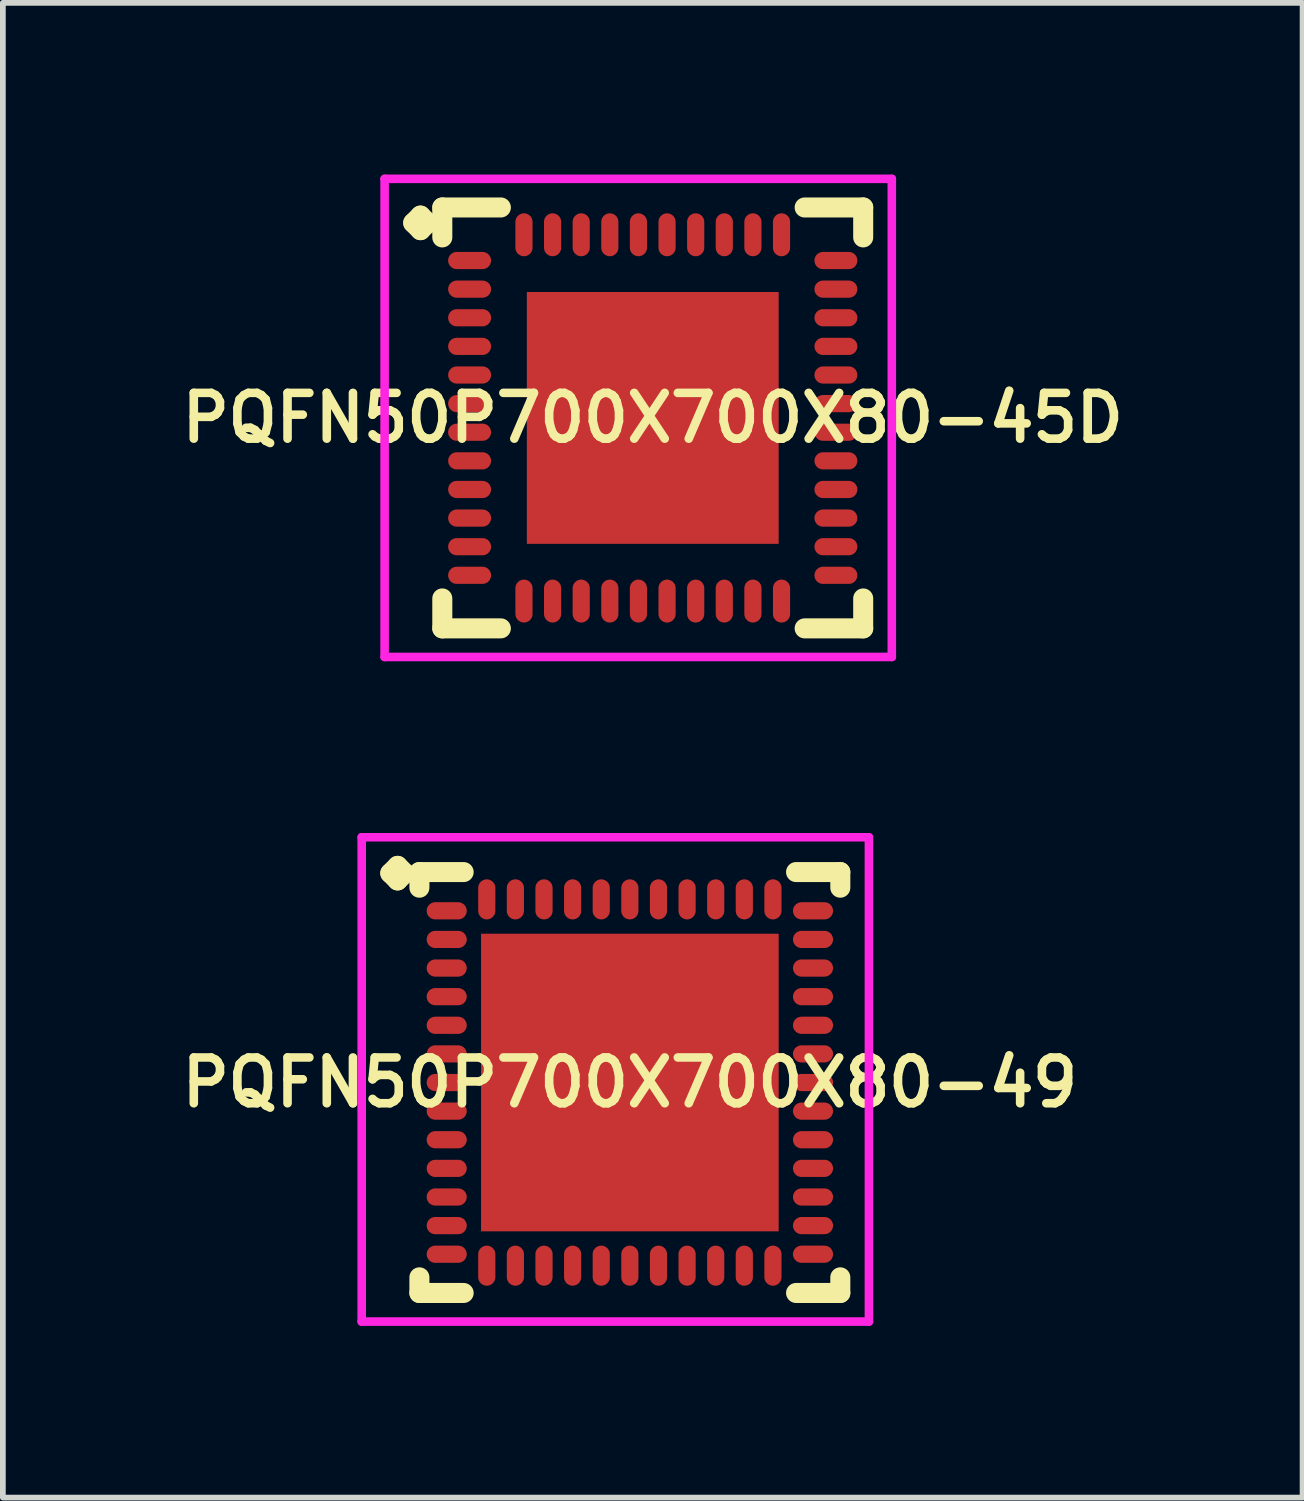
<source format=kicad_pcb>
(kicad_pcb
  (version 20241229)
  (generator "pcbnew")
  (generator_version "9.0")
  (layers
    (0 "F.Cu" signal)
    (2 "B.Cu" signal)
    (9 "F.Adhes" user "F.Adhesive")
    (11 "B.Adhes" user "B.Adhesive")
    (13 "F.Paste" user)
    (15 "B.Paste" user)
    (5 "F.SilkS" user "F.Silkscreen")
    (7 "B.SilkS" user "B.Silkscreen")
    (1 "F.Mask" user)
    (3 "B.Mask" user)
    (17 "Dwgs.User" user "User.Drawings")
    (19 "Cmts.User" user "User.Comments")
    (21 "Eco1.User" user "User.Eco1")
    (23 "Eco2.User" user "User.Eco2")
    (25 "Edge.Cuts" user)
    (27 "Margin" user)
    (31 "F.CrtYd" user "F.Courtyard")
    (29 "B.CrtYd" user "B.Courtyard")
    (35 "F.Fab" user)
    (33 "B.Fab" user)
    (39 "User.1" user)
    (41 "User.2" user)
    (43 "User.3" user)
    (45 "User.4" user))
  (footprint "PQFN50P700X700X80-45D"
    (layer "F.Cu")
    (at 8.355 4.252)
    (property "Reference" "PQFN50P700X700X80-45D" (at 0 0 0) (layer "F.SilkS") (effects (font (size 0.8 0.8) (thickness 0.15))))
    (attr smd)
    (fp_line (start -4.185 -3.408) (end -4.058 -3.535) (stroke (width 0.35) (type solid)) (layer "F.SilkS"))
    (fp_line (start -4.058 -3.535) (end -3.931 -3.408) (stroke (width 0.35) (type solid)) (layer "F.SilkS"))
    (fp_line (start -4.058 -3.281) (end -4.185 -3.408) (stroke (width 0.35) (type solid)) (layer "F.SilkS"))
    (fp_line (start -3.931 -3.408) (end -4.058 -3.281) (stroke (width 0.35) (type solid)) (layer "F.SilkS"))
    (fp_line (start -3.677 -3.677) (end -2.654 -3.677) (stroke (width 0.35) (type solid)) (layer "F.SilkS"))
    (fp_line (start -3.677 -3.154) (end -3.677 -3.677) (stroke (width 0.35) (type solid)) (layer "F.SilkS"))
    (fp_line (start -3.677 3.154) (end -3.677 3.677) (stroke (width 0.35) (type solid)) (layer "F.SilkS"))
    (fp_line (start -3.677 3.677) (end -2.654 3.677) (stroke (width 0.35) (type solid)) (layer "F.SilkS"))
    (fp_line (start 2.654 -3.677) (end 3.677 -3.677) (stroke (width 0.35) (type solid)) (layer "F.SilkS"))
    (fp_line (start 2.654 3.677) (end 3.677 3.677) (stroke (width 0.35) (type solid)) (layer "F.SilkS"))
    (fp_line (start 3.677 -3.677) (end 3.677 -3.154) (stroke (width 0.35) (type solid)) (layer "F.SilkS"))
    (fp_line (start 3.677 3.677) (end 3.677 3.154) (stroke (width 0.35) (type solid)) (layer "F.SilkS"))
    (fp_line (start -4.685 -4.177) (end 4.177 -4.177) (stroke (width 0.15) (type solid)) (layer "F.CrtYd"))
    (fp_line (start -4.685 4.177) (end -4.685 -4.177) (stroke (width 0.15) (type solid)) (layer "F.CrtYd"))
    (fp_line (start 4.177 -4.177) (end 4.177 4.177) (stroke (width 0.15) (type solid)) (layer "F.CrtYd"))
    (fp_line (start 4.177 4.177) (end -4.685 4.177) (stroke (width 0.15) (type solid)) (layer "F.CrtYd"))
    (pad "1" smd oval (at -3.2 -2.75) (size 0.75 0.3) (layers "F.Cu" "F.Mask" "F.Paste"))
    (pad "2" smd oval (at -3.2 -2.25) (size 0.75 0.3) (layers "F.Cu" "F.Mask" "F.Paste"))
    (pad "3" smd oval (at -3.2 -1.75) (size 0.75 0.3) (layers "F.Cu" "F.Mask" "F.Paste"))
    (pad "4" smd oval (at -3.2 -1.25) (size 0.75 0.3) (layers "F.Cu" "F.Mask" "F.Paste"))
    (pad "5" smd oval (at -3.2 -0.75) (size 0.75 0.3) (layers "F.Cu" "F.Mask" "F.Paste"))
    (pad "6" smd oval (at -3.2 -0.25) (size 0.75 0.3) (layers "F.Cu" "F.Mask" "F.Paste"))
    (pad "7" smd oval (at -3.2 0.25) (size 0.75 0.3) (layers "F.Cu" "F.Mask" "F.Paste"))
    (pad "8" smd oval (at -3.2 0.75) (size 0.75 0.3) (layers "F.Cu" "F.Mask" "F.Paste"))
    (pad "9" smd oval (at -3.2 1.25) (size 0.75 0.3) (layers "F.Cu" "F.Mask" "F.Paste"))
    (pad "10" smd oval (at -3.2 1.75) (size 0.75 0.3) (layers "F.Cu" "F.Mask" "F.Paste"))
    (pad "11" smd oval (at -3.2 2.25) (size 0.75 0.3) (layers "F.Cu" "F.Mask" "F.Paste"))
    (pad "12" smd oval (at -3.2 2.75) (size 0.75 0.3) (layers "F.Cu" "F.Mask" "F.Paste"))
    (pad "13" smd oval (at -2.25 3.2) (size 0.3 0.75) (layers "F.Cu" "F.Mask" "F.Paste"))
    (pad "14" smd oval (at -1.75 3.2) (size 0.3 0.75) (layers "F.Cu" "F.Mask" "F.Paste"))
    (pad "15" smd oval (at -1.25 3.2) (size 0.3 0.75) (layers "F.Cu" "F.Mask" "F.Paste"))
    (pad "16" smd oval (at -0.75 3.2) (size 0.3 0.75) (layers "F.Cu" "F.Mask" "F.Paste"))
    (pad "17" smd oval (at -0.25 3.2) (size 0.3 0.75) (layers "F.Cu" "F.Mask" "F.Paste"))
    (pad "18" smd oval (at 0.25 3.2) (size 0.3 0.75) (layers "F.Cu" "F.Mask" "F.Paste"))
    (pad "19" smd oval (at 0.75 3.2) (size 0.3 0.75) (layers "F.Cu" "F.Mask" "F.Paste"))
    (pad "20" smd oval (at 1.25 3.2) (size 0.3 0.75) (layers "F.Cu" "F.Mask" "F.Paste"))
    (pad "21" smd oval (at 1.75 3.2) (size 0.3 0.75) (layers "F.Cu" "F.Mask" "F.Paste"))
    (pad "22" smd oval (at 2.25 3.2) (size 0.3 0.75) (layers "F.Cu" "F.Mask" "F.Paste"))
    (pad "23" smd oval (at 3.2 2.75) (size 0.75 0.3) (layers "F.Cu" "F.Mask" "F.Paste"))
    (pad "24" smd oval (at 3.2 2.25) (size 0.75 0.3) (layers "F.Cu" "F.Mask" "F.Paste"))
    (pad "25" smd oval (at 3.2 1.75) (size 0.75 0.3) (layers "F.Cu" "F.Mask" "F.Paste"))
    (pad "26" smd oval (at 3.2 1.25) (size 0.75 0.3) (layers "F.Cu" "F.Mask" "F.Paste"))
    (pad "27" smd oval (at 3.2 0.75) (size 0.75 0.3) (layers "F.Cu" "F.Mask" "F.Paste"))
    (pad "28" smd oval (at 3.2 0.25) (size 0.75 0.3) (layers "F.Cu" "F.Mask" "F.Paste"))
    (pad "29" smd oval (at 3.2 -0.25) (size 0.75 0.3) (layers "F.Cu" "F.Mask" "F.Paste"))
    (pad "30" smd oval (at 3.2 -0.75) (size 0.75 0.3) (layers "F.Cu" "F.Mask" "F.Paste"))
    (pad "31" smd oval (at 3.2 -1.25) (size 0.75 0.3) (layers "F.Cu" "F.Mask" "F.Paste"))
    (pad "32" smd oval (at 3.2 -1.75) (size 0.75 0.3) (layers "F.Cu" "F.Mask" "F.Paste"))
    (pad "33" smd oval (at 3.2 -2.25) (size 0.75 0.3) (layers "F.Cu" "F.Mask" "F.Paste"))
    (pad "34" smd oval (at 3.2 -2.75) (size 0.75 0.3) (layers "F.Cu" "F.Mask" "F.Paste"))
    (pad "35" smd oval (at 2.25 -3.2) (size 0.3 0.75) (layers "F.Cu" "F.Mask" "F.Paste"))
    (pad "36" smd oval (at 1.75 -3.2) (size 0.3 0.75) (layers "F.Cu" "F.Mask" "F.Paste"))
    (pad "37" smd oval (at 1.25 -3.2) (size 0.3 0.75) (layers "F.Cu" "F.Mask" "F.Paste"))
    (pad "38" smd oval (at 0.75 -3.2) (size 0.3 0.75) (layers "F.Cu" "F.Mask" "F.Paste"))
    (pad "39" smd oval (at 0.25 -3.2) (size 0.3 0.75) (layers "F.Cu" "F.Mask" "F.Paste"))
    (pad "40" smd oval (at -0.25 -3.2) (size 0.3 0.75) (layers "F.Cu" "F.Mask" "F.Paste"))
    (pad "41" smd oval (at -0.75 -3.2) (size 0.3 0.75) (layers "F.Cu" "F.Mask" "F.Paste"))
    (pad "42" smd oval (at -1.25 -3.2) (size 0.3 0.75) (layers "F.Cu" "F.Mask" "F.Paste"))
    (pad "43" smd oval (at -1.75 -3.2) (size 0.3 0.75) (layers "F.Cu" "F.Mask" "F.Paste"))
    (pad "44" smd oval (at -2.25 -3.2) (size 0.3 0.75) (layers "F.Cu" "F.Mask" "F.Paste"))
    (pad "45" smd rect (at 0 0) (size 4.4 4.4) (layers "F.Cu" "F.Mask" "F.Paste")))
  (footprint "PQFN50P700X700X80-49"
    (layer "F.Cu")
    (at 7.955 15.864)
    (property "Reference" "PQFN50P700X700X80-49" (at 0 0 0) (layer "F.SilkS") (effects (font (size 0.8 0.8) (thickness 0.15))))
    (attr smd)
    (fp_line (start -4.185 -3.658) (end -4.058 -3.785) (stroke (width 0.35) (type solid)) (layer "F.SilkS"))
    (fp_line (start -4.058 -3.785) (end -3.931 -3.658) (stroke (width 0.35) (type solid)) (layer "F.SilkS"))
    (fp_line (start -4.058 -3.531) (end -4.185 -3.658) (stroke (width 0.35) (type solid)) (layer "F.SilkS"))
    (fp_line (start -3.931 -3.658) (end -4.058 -3.531) (stroke (width 0.35) (type solid)) (layer "F.SilkS"))
    (fp_line (start -3.677 -3.677) (end -2.904 -3.677) (stroke (width 0.35) (type solid)) (layer "F.SilkS"))
    (fp_line (start -3.677 -3.404) (end -3.677 -3.677) (stroke (width 0.35) (type solid)) (layer "F.SilkS"))
    (fp_line (start -3.677 3.404) (end -3.677 3.677) (stroke (width 0.35) (type solid)) (layer "F.SilkS"))
    (fp_line (start -3.677 3.677) (end -2.904 3.677) (stroke (width 0.35) (type solid)) (layer "F.SilkS"))
    (fp_line (start 2.904 -3.677) (end 3.677 -3.677) (stroke (width 0.35) (type solid)) (layer "F.SilkS"))
    (fp_line (start 2.904 3.677) (end 3.677 3.677) (stroke (width 0.35) (type solid)) (layer "F.SilkS"))
    (fp_line (start 3.677 -3.677) (end 3.677 -3.404) (stroke (width 0.35) (type solid)) (layer "F.SilkS"))
    (fp_line (start 3.677 3.677) (end 3.677 3.404) (stroke (width 0.35) (type solid)) (layer "F.SilkS"))
    (fp_line (start -4.685 -4.285) (end 4.177 -4.285) (stroke (width 0.15) (type solid)) (layer "F.CrtYd"))
    (fp_line (start -4.685 4.177) (end -4.685 -4.285) (stroke (width 0.15) (type solid)) (layer "F.CrtYd"))
    (fp_line (start 4.177 -4.285) (end 4.177 4.177) (stroke (width 0.15) (type solid)) (layer "F.CrtYd"))
    (fp_line (start 4.177 4.177) (end -4.685 4.177) (stroke (width 0.15) (type solid)) (layer "F.CrtYd"))
    (pad "1" smd oval (at -3.2 -3) (size 0.7 0.3) (layers "F.Cu" "F.Mask" "F.Paste"))
    (pad "2" smd oval (at -3.2 -2.5) (size 0.7 0.3) (layers "F.Cu" "F.Mask" "F.Paste"))
    (pad "3" smd oval (at -3.2 -2) (size 0.7 0.3) (layers "F.Cu" "F.Mask" "F.Paste"))
    (pad "4" smd oval (at -3.2 -1.5) (size 0.7 0.3) (layers "F.Cu" "F.Mask" "F.Paste"))
    (pad "5" smd oval (at -3.2 -1) (size 0.7 0.3) (layers "F.Cu" "F.Mask" "F.Paste"))
    (pad "6" smd oval (at -3.2 -0.5) (size 0.7 0.3) (layers "F.Cu" "F.Mask" "F.Paste"))
    (pad "7" smd oval (at -3.2 0) (size 0.7 0.3) (layers "F.Cu" "F.Mask" "F.Paste"))
    (pad "8" smd oval (at -3.2 0.5) (size 0.7 0.3) (layers "F.Cu" "F.Mask" "F.Paste"))
    (pad "9" smd oval (at -3.2 1) (size 0.7 0.3) (layers "F.Cu" "F.Mask" "F.Paste"))
    (pad "10" smd oval (at -3.2 1.5) (size 0.7 0.3) (layers "F.Cu" "F.Mask" "F.Paste"))
    (pad "11" smd oval (at -3.2 2) (size 0.7 0.3) (layers "F.Cu" "F.Mask" "F.Paste"))
    (pad "12" smd oval (at -3.2 2.5) (size 0.7 0.3) (layers "F.Cu" "F.Mask" "F.Paste"))
    (pad "13" smd oval (at -3.2 3) (size 0.7 0.3) (layers "F.Cu" "F.Mask" "F.Paste"))
    (pad "14" smd oval (at -2.5 3.2) (size 0.3 0.7) (layers "F.Cu" "F.Mask" "F.Paste"))
    (pad "15" smd oval (at -2 3.2) (size 0.3 0.7) (layers "F.Cu" "F.Mask" "F.Paste"))
    (pad "16" smd oval (at -1.5 3.2) (size 0.3 0.7) (layers "F.Cu" "F.Mask" "F.Paste"))
    (pad "17" smd oval (at -1 3.2) (size 0.3 0.7) (layers "F.Cu" "F.Mask" "F.Paste"))
    (pad "18" smd oval (at -0.5 3.2) (size 0.3 0.7) (layers "F.Cu" "F.Mask" "F.Paste"))
    (pad "19" smd oval (at 0 3.2) (size 0.3 0.7) (layers "F.Cu" "F.Mask" "F.Paste"))
    (pad "20" smd oval (at 0.5 3.2) (size 0.3 0.7) (layers "F.Cu" "F.Mask" "F.Paste"))
    (pad "21" smd oval (at 1 3.2) (size 0.3 0.7) (layers "F.Cu" "F.Mask" "F.Paste"))
    (pad "22" smd oval (at 1.5 3.2) (size 0.3 0.7) (layers "F.Cu" "F.Mask" "F.Paste"))
    (pad "23" smd oval (at 2 3.2) (size 0.3 0.7) (layers "F.Cu" "F.Mask" "F.Paste"))
    (pad "24" smd oval (at 2.5 3.2) (size 0.3 0.7) (layers "F.Cu" "F.Mask" "F.Paste"))
    (pad "25" smd oval (at 3.2 3) (size 0.7 0.3) (layers "F.Cu" "F.Mask" "F.Paste"))
    (pad "26" smd oval (at 3.2 2.5) (size 0.7 0.3) (layers "F.Cu" "F.Mask" "F.Paste"))
    (pad "27" smd oval (at 3.2 2) (size 0.7 0.3) (layers "F.Cu" "F.Mask" "F.Paste"))
    (pad "28" smd oval (at 3.2 1.5) (size 0.7 0.3) (layers "F.Cu" "F.Mask" "F.Paste"))
    (pad "29" smd oval (at 3.2 1) (size 0.7 0.3) (layers "F.Cu" "F.Mask" "F.Paste"))
    (pad "30" smd oval (at 3.2 0.5) (size 0.7 0.3) (layers "F.Cu" "F.Mask" "F.Paste"))
    (pad "31" smd oval (at 3.2 0) (size 0.7 0.3) (layers "F.Cu" "F.Mask" "F.Paste"))
    (pad "32" smd oval (at 3.2 -0.5) (size 0.7 0.3) (layers "F.Cu" "F.Mask" "F.Paste"))
    (pad "33" smd oval (at 3.2 -1) (size 0.7 0.3) (layers "F.Cu" "F.Mask" "F.Paste"))
    (pad "34" smd oval (at 3.2 -1.5) (size 0.7 0.3) (layers "F.Cu" "F.Mask" "F.Paste"))
    (pad "35" smd oval (at 3.2 -2) (size 0.7 0.3) (layers "F.Cu" "F.Mask" "F.Paste"))
    (pad "36" smd oval (at 3.2 -2.5) (size 0.7 0.3) (layers "F.Cu" "F.Mask" "F.Paste"))
    (pad "37" smd oval (at 3.2 -3) (size 0.7 0.3) (layers "F.Cu" "F.Mask" "F.Paste"))
    (pad "38" smd oval (at 2.5 -3.2) (size 0.3 0.7) (layers "F.Cu" "F.Mask" "F.Paste"))
    (pad "39" smd oval (at 2 -3.2) (size 0.3 0.7) (layers "F.Cu" "F.Mask" "F.Paste"))
    (pad "40" smd oval (at 1.5 -3.2) (size 0.3 0.7) (layers "F.Cu" "F.Mask" "F.Paste"))
    (pad "41" smd oval (at 1 -3.2) (size 0.3 0.7) (layers "F.Cu" "F.Mask" "F.Paste"))
    (pad "42" smd oval (at 0.5 -3.2) (size 0.3 0.7) (layers "F.Cu" "F.Mask" "F.Paste"))
    (pad "43" smd oval (at 0 -3.2) (size 0.3 0.7) (layers "F.Cu" "F.Mask" "F.Paste"))
    (pad "44" smd oval (at -0.5 -3.2) (size 0.3 0.7) (layers "F.Cu" "F.Mask" "F.Paste"))
    (pad "45" smd oval (at -1 -3.2) (size 0.3 0.7) (layers "F.Cu" "F.Mask" "F.Paste"))
    (pad "46" smd oval (at -1.5 -3.2) (size 0.3 0.7) (layers "F.Cu" "F.Mask" "F.Paste"))
    (pad "47" smd oval (at -2 -3.2) (size 0.3 0.7) (layers "F.Cu" "F.Mask" "F.Paste"))
    (pad "48" smd oval (at -2.5 -3.2) (size 0.3 0.7) (layers "F.Cu" "F.Mask" "F.Paste"))
    (pad "49" smd rect (at 0 0) (size 5.2 5.2) (layers "F.Cu" "F.Mask" "F.Paste")))
  (gr_rect
    (start -3 -3)
    (end 19.709 23.116)
    (stroke (width 0.1) (type default))
    (fill no)
    (layer "Edge.Cuts")))
</source>
